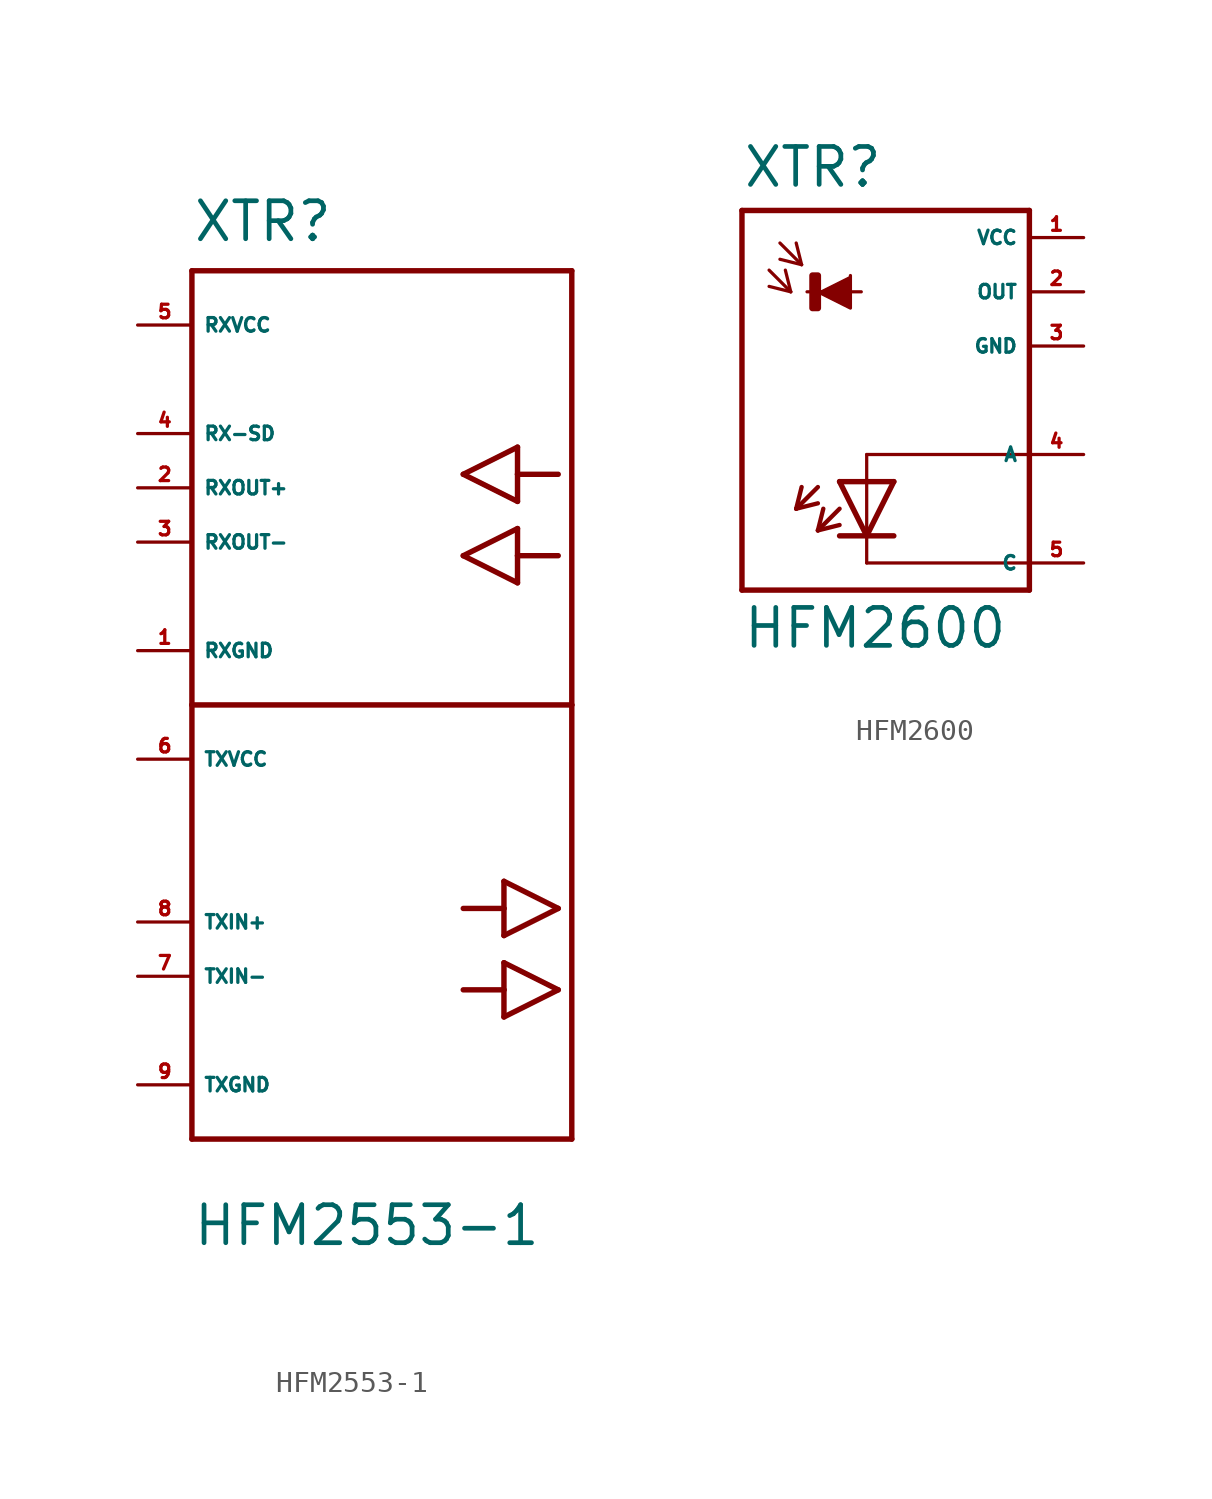
<source format=kicad_sym>
(kicad_symbol_lib
  (version 20220914)
  (generator Eagle2Kicad)
  (symbol "HFM2553-1"
    (property "Reference" "XTR"
      (at -10.16 21.59 0)
      (effects (font (size 1.778 1.778) (thickness 0.22)) (justify left bottom)))
    (property "Value" "HFM2553-1"
      (at -10.16 -25.4 0)
      (effects (font (size 1.778 1.778) (thickness 0.22)) (justify left bottom)))
    (polyline
      (pts (xy -10.16 -20.32) (xy 7.62 -20.32))
      (stroke (width 0.254) (type default))
      (fill (type none)))
    (polyline
      (pts (xy 7.62 -20.32) (xy 7.62 0))
      (stroke (width 0.254) (type default))
      (fill (type none)))
    (polyline
      (pts (xy 4.445 -8.255) (xy 6.985 -9.525))
      (stroke (width 0.254) (type default))
      (fill (type none)))
    (polyline
      (pts (xy 6.985 -9.525) (xy 4.445 -10.795))
      (stroke (width 0.254) (type default))
      (fill (type none)))
    (polyline
      (pts (xy 4.445 -8.255) (xy 4.445 -9.525))
      (stroke (width 0.254) (type default))
      (fill (type none)))
    (polyline
      (pts (xy 4.445 -9.525) (xy 4.445 -10.795))
      (stroke (width 0.254) (type default))
      (fill (type none)))
    (polyline
      (pts (xy 4.445 -12.065) (xy 6.985 -13.335))
      (stroke (width 0.254) (type default))
      (fill (type none)))
    (polyline
      (pts (xy 6.985 -13.335) (xy 4.445 -14.605))
      (stroke (width 0.254) (type default))
      (fill (type none)))
    (polyline
      (pts (xy 4.445 -12.065) (xy 4.445 -13.335))
      (stroke (width 0.254) (type default))
      (fill (type none)))
    (polyline
      (pts (xy 4.445 -13.335) (xy 4.445 -14.605))
      (stroke (width 0.254) (type default))
      (fill (type none)))
    (polyline
      (pts (xy 4.445 -9.525) (xy 2.54 -9.525))
      (stroke (width 0.254) (type default))
      (fill (type none)))
    (polyline
      (pts (xy 2.54 -13.335) (xy 4.445 -13.335))
      (stroke (width 0.254) (type default))
      (fill (type none)))
    (polyline
      (pts (xy -10.16 20.32) (xy -10.16 0))
      (stroke (width 0.254) (type default))
      (fill (type none)))
    (polyline
      (pts (xy -10.16 0) (xy -10.16 -20.32))
      (stroke (width 0.254) (type default))
      (fill (type none)))
    (polyline
      (pts (xy -10.16 0) (xy 7.62 0))
      (stroke (width 0.254) (type default))
      (fill (type none)))
    (polyline
      (pts (xy 7.62 0) (xy 7.62 20.32))
      (stroke (width 0.254) (type default))
      (fill (type none)))
    (polyline
      (pts (xy 5.08 12.065) (xy 2.54 10.795))
      (stroke (width 0.254) (type default))
      (fill (type none)))
    (polyline
      (pts (xy 2.54 10.795) (xy 5.08 9.525))
      (stroke (width 0.254) (type default))
      (fill (type none)))
    (polyline
      (pts (xy 5.08 12.065) (xy 5.08 10.795))
      (stroke (width 0.254) (type default))
      (fill (type none)))
    (polyline
      (pts (xy 5.08 10.795) (xy 5.08 9.525))
      (stroke (width 0.254) (type default))
      (fill (type none)))
    (polyline
      (pts (xy 5.08 8.255) (xy 2.54 6.985))
      (stroke (width 0.254) (type default))
      (fill (type none)))
    (polyline
      (pts (xy 2.54 6.985) (xy 5.08 5.715))
      (stroke (width 0.254) (type default))
      (fill (type none)))
    (polyline
      (pts (xy 5.08 8.255) (xy 5.08 6.985))
      (stroke (width 0.254) (type default))
      (fill (type none)))
    (polyline
      (pts (xy 5.08 6.985) (xy 5.08 5.715))
      (stroke (width 0.254) (type default))
      (fill (type none)))
    (polyline
      (pts (xy 6.985 10.795) (xy 5.08 10.795))
      (stroke (width 0.254) (type default))
      (fill (type none)))
    (polyline
      (pts (xy 6.985 6.985) (xy 5.08 6.985))
      (stroke (width 0.254) (type default))
      (fill (type none)))
    (polyline
      (pts (xy 7.62 20.32) (xy -10.16 20.32))
      (stroke (width 0.254) (type default))
      (fill (type none)))
    (pin unspecified line
      (at -12.7 -17.78 0)
      (length 2.54)
      (name "TXGND" (effects (font (size 0.635 0.635) (thickness 0.08)) (justify left bottom)))
      (number "9" (effects (font (size 0.635 0.635) (thickness 0.08)) (justify left bottom))))
    (pin output line
      (at -12.7 -10.16 0)
      (length 2.54)
      (name "TXIN+" (effects (font (size 0.635 0.635) (thickness 0.08)) (justify left bottom)))
      (number "8" (effects (font (size 0.635 0.635) (thickness 0.08)) (justify left bottom))))
    (pin output line
      (at -12.7 -12.7 0)
      (length 2.54)
      (name "TXIN-" (effects (font (size 0.635 0.635) (thickness 0.08)) (justify left bottom)))
      (number "7" (effects (font (size 0.635 0.635) (thickness 0.08)) (justify left bottom))))
    (pin output line
      (at -12.7 -2.54 0)
      (length 2.54)
      (name "TXVCC" (effects (font (size 0.635 0.635) (thickness 0.08)) (justify left bottom)))
      (number "6" (effects (font (size 0.635 0.635) (thickness 0.08)) (justify left bottom))))
    (pin unspecified line
      (at -12.7 2.54 0)
      (length 2.54)
      (name "RXGND" (effects (font (size 0.635 0.635) (thickness 0.08)) (justify left bottom)))
      (number "1" (effects (font (size 0.635 0.635) (thickness 0.08)) (justify left bottom))))
    (pin output line
      (at -12.7 10.16 0)
      (length 2.54)
      (name "RXOUT+" (effects (font (size 0.635 0.635) (thickness 0.08)) (justify left bottom)))
      (number "2" (effects (font (size 0.635 0.635) (thickness 0.08)) (justify left bottom))))
    (pin output line
      (at -12.7 7.62 0)
      (length 2.54)
      (name "RXOUT-" (effects (font (size 0.635 0.635) (thickness 0.08)) (justify left bottom)))
      (number "3" (effects (font (size 0.635 0.635) (thickness 0.08)) (justify left bottom))))
    (pin output line
      (at -12.7 12.7 0)
      (length 2.54)
      (name "RX-SD" (effects (font (size 0.635 0.635) (thickness 0.08)) (justify left bottom)))
      (number "4" (effects (font (size 0.635 0.635) (thickness 0.08)) (justify left bottom))))
    (pin output line
      (at -12.7 17.78 0)
      (length 2.54)
      (name "RXVCC" (effects (font (size 0.635 0.635) (thickness 0.08)) (justify left bottom)))
      (number "5" (effects (font (size 0.635 0.635) (thickness 0.08)) (justify left bottom)))))
  (symbol "HFM2600"
    (property "Reference" "XTR"
      (at -5.842 9.881 0)
      (effects (font (size 1.778 1.778) (thickness 0.22)) (justify left bottom)))
    (property "Value" "HFM2600"
      (at -5.842 -11.709 0)
      (effects (font (size 1.778 1.778) (thickness 0.22)) (justify left bottom)))
    (polyline
      (pts (xy -2.286 5.08) (xy -0.762 4.318) (xy -0.762 5.842))
      (stroke (width 0.152) (type default))
      (fill (type outline)))
    (polyline
      (pts (xy -4.572 6.096) (xy -3.556 5.08))
      (stroke (width 0.152) (type default))
      (fill (type none)))
    (polyline
      (pts (xy -3.556 5.08) (xy -3.81 6.096))
      (stroke (width 0.152) (type default))
      (fill (type none)))
    (polyline
      (pts (xy -3.556 5.08) (xy -4.572 5.334))
      (stroke (width 0.152) (type default))
      (fill (type none)))
    (polyline
      (pts (xy -4.064 7.366) (xy -3.048 6.35))
      (stroke (width 0.152) (type default))
      (fill (type none)))
    (polyline
      (pts (xy -3.048 6.35) (xy -3.302 7.366))
      (stroke (width 0.152) (type default))
      (fill (type none)))
    (polyline
      (pts (xy -3.048 6.35) (xy -4.064 6.604))
      (stroke (width 0.152) (type default))
      (fill (type none)))
    (polyline
      (pts (xy 7.62 8.89) (xy 7.62 -2.54))
      (stroke (width 0.254) (type default))
      (fill (type none)))
    (polyline
      (pts (xy 7.62 -2.54) (xy 7.62 -7.62))
      (stroke (width 0.254) (type default))
      (fill (type none)))
    (polyline
      (pts (xy 7.62 -7.62) (xy 7.62 -8.89))
      (stroke (width 0.254) (type default))
      (fill (type none)))
    (polyline
      (pts (xy 7.62 -8.89) (xy -5.842 -8.89))
      (stroke (width 0.254) (type default))
      (fill (type none)))
    (polyline
      (pts (xy -5.842 -8.89) (xy -5.842 8.89))
      (stroke (width 0.254) (type default))
      (fill (type none)))
    (polyline
      (pts (xy -5.842 8.89) (xy 7.62 8.89))
      (stroke (width 0.254) (type default))
      (fill (type none)))
    (polyline
      (pts (xy -2.794 5.08) (xy -0.254 5.08))
      (stroke (width 0.152) (type default))
      (fill (type none)))
    (polyline
      (pts (xy -1.27 -3.81) (xy 0 -6.35))
      (stroke (width 0.254) (type default))
      (fill (type none)))
    (polyline
      (pts (xy 0 -6.35) (xy 1.27 -3.81))
      (stroke (width 0.254) (type default))
      (fill (type none)))
    (polyline
      (pts (xy 1.27 -6.35) (xy 0 -6.35))
      (stroke (width 0.254) (type default))
      (fill (type none)))
    (polyline
      (pts (xy 1.27 -3.81) (xy -1.27 -3.81))
      (stroke (width 0.254) (type default))
      (fill (type none)))
    (polyline
      (pts (xy 0 -6.35) (xy -1.27 -6.35))
      (stroke (width 0.254) (type default))
      (fill (type none)))
    (polyline
      (pts (xy -2.286 -4.064) (xy -3.302 -5.08))
      (stroke (width 0.203) (type default))
      (fill (type none)))
    (polyline
      (pts (xy -3.302 -5.08) (xy -2.286 -4.826))
      (stroke (width 0.203) (type default))
      (fill (type none)))
    (polyline
      (pts (xy -3.302 -5.08) (xy -3.048 -4.064))
      (stroke (width 0.203) (type default))
      (fill (type none)))
    (polyline
      (pts (xy -1.27 -5.08) (xy -2.286 -6.096))
      (stroke (width 0.203) (type default))
      (fill (type none)))
    (polyline
      (pts (xy -2.286 -6.096) (xy -1.27 -5.842))
      (stroke (width 0.203) (type default))
      (fill (type none)))
    (polyline
      (pts (xy -2.286 -6.096) (xy -2.032 -5.08))
      (stroke (width 0.203) (type default))
      (fill (type none)))
    (polyline
      (pts (xy 7.62 -2.54) (xy 0 -2.54))
      (stroke (width 0.152) (type default))
      (fill (type none)))
    (polyline
      (pts (xy 0 -2.54) (xy 0 -7.62))
      (stroke (width 0.152) (type default))
      (fill (type none)))
    (polyline
      (pts (xy 0 -7.62) (xy 7.62 -7.62))
      (stroke (width 0.152) (type default))
      (fill (type none)))
    (rectangle
      (start -2.54 4.318)
      (end -2.286 5.842)
      (stroke (width 0.3) (type default))
      (fill (type outline)))
    (pin unspecified line
      (at 10.16 7.62 180)
      (length 2.54)
      (name "VCC" (effects (font (size 0.635 0.635) (thickness 0.08)) (justify left bottom)))
      (number "1" (effects (font (size 0.635 0.635) (thickness 0.08)) (justify left bottom))))
    (pin unspecified line
      (at 10.16 2.54 180)
      (length 2.54)
      (name "GND" (effects (font (size 0.635 0.635) (thickness 0.08)) (justify left bottom)))
      (number "3" (effects (font (size 0.635 0.635) (thickness 0.08)) (justify left bottom))))
    (pin output line
      (at 10.16 5.08 180)
      (length 2.54)
      (name "OUT" (effects (font (size 0.635 0.635) (thickness 0.08)) (justify left bottom)))
      (number "2" (effects (font (size 0.635 0.635) (thickness 0.08)) (justify left bottom))))
    (pin passive line
      (at 10.16 -2.54 180)
      (length 2.54)
      (name "A" (effects (font (size 0.635 0.635) (thickness 0.08)) (justify left bottom)))
      (number "4" (effects (font (size 0.635 0.635) (thickness 0.08)) (justify left bottom))))
    (pin passive line
      (at 10.16 -7.62 180)
      (length 2.54)
      (name "C" (effects (font (size 0.635 0.635) (thickness 0.08)) (justify left bottom)))
      (number "5" (effects (font (size 0.635 0.635) (thickness 0.08)) (justify left bottom))))))
</source>
